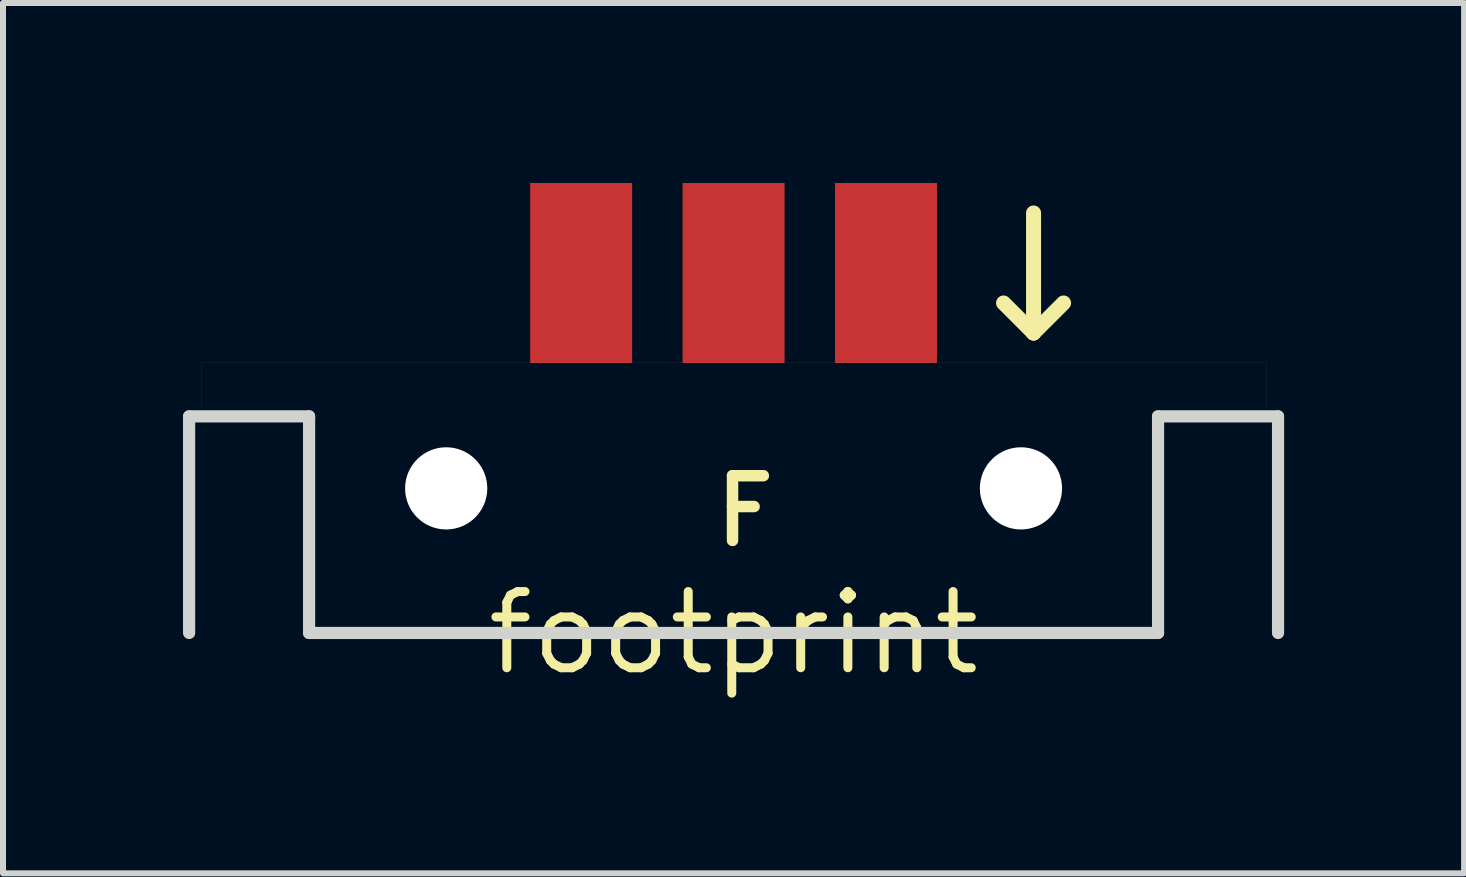
<source format=kicad_pcb>
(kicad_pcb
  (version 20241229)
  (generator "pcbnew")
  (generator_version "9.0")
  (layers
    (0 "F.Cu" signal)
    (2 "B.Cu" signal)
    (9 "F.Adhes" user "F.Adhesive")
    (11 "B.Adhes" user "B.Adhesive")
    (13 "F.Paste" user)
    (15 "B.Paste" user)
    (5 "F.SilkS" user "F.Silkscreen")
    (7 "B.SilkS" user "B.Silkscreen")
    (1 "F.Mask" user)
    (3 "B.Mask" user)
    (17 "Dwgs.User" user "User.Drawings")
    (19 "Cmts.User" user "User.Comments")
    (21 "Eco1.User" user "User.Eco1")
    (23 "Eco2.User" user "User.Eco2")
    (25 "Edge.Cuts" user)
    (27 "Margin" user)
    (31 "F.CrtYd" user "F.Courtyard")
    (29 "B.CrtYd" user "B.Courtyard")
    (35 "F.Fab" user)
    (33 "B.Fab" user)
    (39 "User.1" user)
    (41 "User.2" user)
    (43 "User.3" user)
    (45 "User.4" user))
  (footprint "footprint"
    (layer "F.Cu")
    (at 9.177 7.5)
    (property "Reference" "footprint" (at 0 0 0) (layer "F.SilkS") (effects (font (size 1.27 1.27) (thickness 0.15))))
    (fp_line (start 5 -5) (end 4.5 -5.5) (stroke (width 0.25) (type solid)) (layer "F.SilkS"))
    (fp_line (start 5 -5) (end 5 -7) (stroke (width 0.25) (type solid)) (layer "F.SilkS"))
    (fp_line (start 5.5 -5.5) (end 5 -5) (stroke (width 0.25) (type solid)) (layer "F.SilkS"))
    (fp_line (start -9.075 -3.61) (end -9.075 0) (stroke (width 0.203) (type solid)) (layer "Edge.Cuts"))
    (fp_line (start -7.075 -3.61) (end -9.075 -3.61) (stroke (width 0.203) (type solid)) (layer "Edge.Cuts"))
    (fp_line (start -7.075 -3.61) (end -7.075 0) (stroke (width 0.203) (type solid)) (layer "Edge.Cuts"))
    (fp_line (start 7.075 0) (end -7.075 0) (stroke (width 0.203) (type solid)) (layer "Edge.Cuts"))
    (fp_line (start 7.075 0) (end 7.075 -3.61) (stroke (width 0.203) (type solid)) (layer "Edge.Cuts"))
    (fp_line (start 9.075 -3.61) (end 7.075 -3.61) (stroke (width 0.203) (type solid)) (layer "Edge.Cuts"))
    (fp_line (start 9.075 -3.61) (end 9.075 0) (stroke (width 0.203) (type solid)) (layer "Edge.Cuts"))
    (fp_line (start -8.875 -4.5) (end -8.875 -3.61) (stroke (width 0.001) (type solid)) (layer "F.Fab"))
    (fp_line (start -8.875 -4.5) (end 8.875 -4.5) (stroke (width 0.001) (type solid)) (layer "F.Fab"))
    (fp_line (start 8.875 -4.5) (end 8.875 -3.61) (stroke (width 0.001) (type solid)) (layer "F.Fab"))
    (fp_text user "F" (at -0.4 -1.4 0) (layer "F.SilkS") (effects (font (size 1.079 1.079) (thickness 0.191)) (justify left bottom)))
    (pad "" np_thru_hole circle (at -4.79 -2.41) (size 1.37 1.37) (drill 1.37) (layers "*.Cu" "*.Mask"))
    (pad "" np_thru_hole circle (at 4.79 -2.41) (size 1.37 1.37) (drill 1.37) (layers "*.Cu" "*.Mask"))
    (pad "SIG" smd rect (at 0 -6 90) (size 3 1.7) (layers "F.Cu" "F.Mask"))
    (pad "V+" smd rect (at 2.54 -6 90) (size 3 1.7) (layers "F.Cu" "F.Mask"))
    (pad "V-" smd rect (at -2.54 -6 90) (size 3 1.7) (layers "F.Cu" "F.Mask")))
  (gr_rect
    (start -3 -3)
    (end 21.353 11.506)
    (stroke (width 0.1) (type default))
    (fill no)
    (layer "Edge.Cuts")))
</source>
